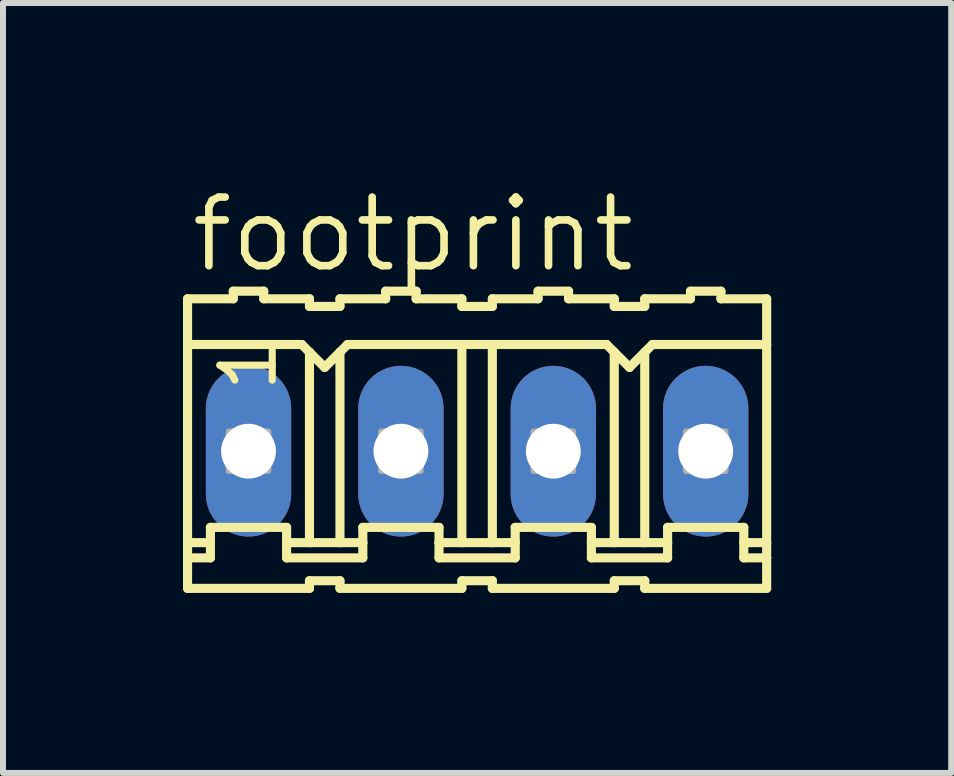
<source format=kicad_pcb>
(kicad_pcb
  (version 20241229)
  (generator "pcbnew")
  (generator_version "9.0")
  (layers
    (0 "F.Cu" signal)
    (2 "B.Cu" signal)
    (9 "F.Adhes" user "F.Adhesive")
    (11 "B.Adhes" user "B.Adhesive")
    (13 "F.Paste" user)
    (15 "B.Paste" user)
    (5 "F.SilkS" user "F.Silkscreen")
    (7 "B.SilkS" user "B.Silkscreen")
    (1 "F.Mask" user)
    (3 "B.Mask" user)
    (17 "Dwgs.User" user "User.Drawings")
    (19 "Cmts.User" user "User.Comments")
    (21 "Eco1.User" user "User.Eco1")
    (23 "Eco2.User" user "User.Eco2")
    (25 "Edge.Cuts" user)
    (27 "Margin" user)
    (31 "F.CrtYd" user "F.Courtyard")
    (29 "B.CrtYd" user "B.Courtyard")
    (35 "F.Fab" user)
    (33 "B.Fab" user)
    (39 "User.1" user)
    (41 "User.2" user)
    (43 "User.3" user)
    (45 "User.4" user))
  (footprint "footprint"
    (layer "F.Cu")
    (at 4.902 4.47)
    (property "Reference" "footprint" (at -4.826 -2.946 0) (layer "F.SilkS") (effects (font (size 1.143 1.143) (thickness 0.127)) (justify left bottom)))
    (fp_line (start -4.826 -2.54) (end -4.826 -1.778) (stroke (width 0.152) (type solid)) (layer "F.SilkS"))
    (fp_line (start -4.826 -2.54) (end -4.064 -2.54) (stroke (width 0.152) (type solid)) (layer "F.SilkS"))
    (fp_line (start -4.826 -1.778) (end -4.826 1.524) (stroke (width 0.152) (type solid)) (layer "F.SilkS"))
    (fp_line (start -4.826 1.524) (end -4.826 1.778) (stroke (width 0.152) (type solid)) (layer "F.SilkS"))
    (fp_line (start -4.826 1.778) (end -4.826 2.286) (stroke (width 0.152) (type solid)) (layer "F.SilkS"))
    (fp_line (start -4.826 1.778) (end -4.445 1.778) (stroke (width 0.152) (type solid)) (layer "F.SilkS"))
    (fp_line (start -4.445 1.27) (end -3.175 1.27) (stroke (width 0.152) (type solid)) (layer "F.SilkS"))
    (fp_line (start -4.445 1.524) (end -4.826 1.524) (stroke (width 0.152) (type solid)) (layer "F.SilkS"))
    (fp_line (start -4.445 1.524) (end -4.445 1.27) (stroke (width 0.152) (type solid)) (layer "F.SilkS"))
    (fp_line (start -4.445 1.778) (end -4.445 1.524) (stroke (width 0.152) (type solid)) (layer "F.SilkS"))
    (fp_line (start -4.064 -2.54) (end -4.064 -2.667) (stroke (width 0.152) (type solid)) (layer "F.SilkS"))
    (fp_line (start -3.556 -2.667) (end -4.064 -2.667) (stroke (width 0.152) (type solid)) (layer "F.SilkS"))
    (fp_line (start -3.556 -2.54) (end -3.556 -2.667) (stroke (width 0.152) (type solid)) (layer "F.SilkS"))
    (fp_line (start -3.175 1.524) (end -3.175 1.27) (stroke (width 0.152) (type solid)) (layer "F.SilkS"))
    (fp_line (start -3.175 1.524) (end -2.794 1.524) (stroke (width 0.152) (type solid)) (layer "F.SilkS"))
    (fp_line (start -3.175 1.778) (end -3.175 1.524) (stroke (width 0.152) (type solid)) (layer "F.SilkS"))
    (fp_line (start -2.921 -1.778) (end -4.826 -1.778) (stroke (width 0.152) (type solid)) (layer "F.SilkS"))
    (fp_line (start -2.921 -1.778) (end -2.794 -1.651) (stroke (width 0.152) (type solid)) (layer "F.SilkS"))
    (fp_line (start -2.794 -2.54) (end -3.556 -2.54) (stroke (width 0.152) (type solid)) (layer "F.SilkS"))
    (fp_line (start -2.794 -2.413) (end -2.794 -2.54) (stroke (width 0.152) (type solid)) (layer "F.SilkS"))
    (fp_line (start -2.794 -2.413) (end -2.286 -2.413) (stroke (width 0.152) (type solid)) (layer "F.SilkS"))
    (fp_line (start -2.794 -1.651) (end -2.794 1.524) (stroke (width 0.152) (type solid)) (layer "F.SilkS"))
    (fp_line (start -2.794 -1.651) (end -2.54 -1.397) (stroke (width 0.152) (type solid)) (layer "F.SilkS"))
    (fp_line (start -2.794 1.524) (end -2.286 1.524) (stroke (width 0.152) (type solid)) (layer "F.SilkS"))
    (fp_line (start -2.794 2.159) (end -2.794 2.286) (stroke (width 0.152) (type solid)) (layer "F.SilkS"))
    (fp_line (start -2.794 2.286) (end -4.826 2.286) (stroke (width 0.152) (type solid)) (layer "F.SilkS"))
    (fp_line (start -2.54 -1.397) (end -2.286 -1.651) (stroke (width 0.152) (type solid)) (layer "F.SilkS"))
    (fp_line (start -2.286 -2.54) (end -1.524 -2.54) (stroke (width 0.152) (type solid)) (layer "F.SilkS"))
    (fp_line (start -2.286 -2.413) (end -2.286 -2.54) (stroke (width 0.152) (type solid)) (layer "F.SilkS"))
    (fp_line (start -2.286 -1.651) (end -2.286 1.524) (stroke (width 0.152) (type solid)) (layer "F.SilkS"))
    (fp_line (start -2.286 -1.651) (end -2.159 -1.778) (stroke (width 0.152) (type solid)) (layer "F.SilkS"))
    (fp_line (start -2.286 1.524) (end -1.905 1.524) (stroke (width 0.152) (type solid)) (layer "F.SilkS"))
    (fp_line (start -2.286 2.159) (end -2.794 2.159) (stroke (width 0.152) (type solid)) (layer "F.SilkS"))
    (fp_line (start -2.286 2.159) (end -2.286 2.286) (stroke (width 0.152) (type solid)) (layer "F.SilkS"))
    (fp_line (start -2.286 2.286) (end -0.254 2.286) (stroke (width 0.152) (type solid)) (layer "F.SilkS"))
    (fp_line (start -2.159 -1.778) (end -0.254 -1.778) (stroke (width 0.152) (type solid)) (layer "F.SilkS"))
    (fp_line (start -1.905 1.27) (end -0.635 1.27) (stroke (width 0.152) (type solid)) (layer "F.SilkS"))
    (fp_line (start -1.905 1.524) (end -1.905 1.27) (stroke (width 0.152) (type solid)) (layer "F.SilkS"))
    (fp_line (start -1.905 1.778) (end -3.175 1.778) (stroke (width 0.152) (type solid)) (layer "F.SilkS"))
    (fp_line (start -1.905 1.778) (end -1.905 1.524) (stroke (width 0.152) (type solid)) (layer "F.SilkS"))
    (fp_line (start -1.524 -2.54) (end -1.524 -2.667) (stroke (width 0.152) (type solid)) (layer "F.SilkS"))
    (fp_line (start -1.016 -2.667) (end -1.524 -2.667) (stroke (width 0.152) (type solid)) (layer "F.SilkS"))
    (fp_line (start -1.016 -2.54) (end -1.016 -2.667) (stroke (width 0.152) (type solid)) (layer "F.SilkS"))
    (fp_line (start -1.016 -2.54) (end -0.254 -2.54) (stroke (width 0.152) (type solid)) (layer "F.SilkS"))
    (fp_line (start -0.635 1.524) (end -0.635 1.27) (stroke (width 0.152) (type solid)) (layer "F.SilkS"))
    (fp_line (start -0.635 1.524) (end -0.254 1.524) (stroke (width 0.152) (type solid)) (layer "F.SilkS"))
    (fp_line (start -0.635 1.778) (end -0.635 1.524) (stroke (width 0.152) (type solid)) (layer "F.SilkS"))
    (fp_line (start -0.635 1.778) (end 0.635 1.778) (stroke (width 0.152) (type solid)) (layer "F.SilkS"))
    (fp_line (start -0.254 -2.413) (end -0.254 -2.54) (stroke (width 0.152) (type solid)) (layer "F.SilkS"))
    (fp_line (start -0.254 -1.778) (end -0.254 1.524) (stroke (width 0.152) (type solid)) (layer "F.SilkS"))
    (fp_line (start -0.254 -1.778) (end 0.254 -1.778) (stroke (width 0.152) (type solid)) (layer "F.SilkS"))
    (fp_line (start -0.254 1.524) (end 0.254 1.524) (stroke (width 0.152) (type solid)) (layer "F.SilkS"))
    (fp_line (start -0.254 2.159) (end -0.254 2.286) (stroke (width 0.152) (type solid)) (layer "F.SilkS"))
    (fp_line (start 0.254 -2.54) (end 1.016 -2.54) (stroke (width 0.152) (type solid)) (layer "F.SilkS"))
    (fp_line (start 0.254 -2.413) (end -0.254 -2.413) (stroke (width 0.152) (type solid)) (layer "F.SilkS"))
    (fp_line (start 0.254 -2.413) (end 0.254 -2.54) (stroke (width 0.152) (type solid)) (layer "F.SilkS"))
    (fp_line (start 0.254 -1.778) (end 0.254 1.524) (stroke (width 0.152) (type solid)) (layer "F.SilkS"))
    (fp_line (start 0.254 -1.778) (end 2.159 -1.778) (stroke (width 0.152) (type solid)) (layer "F.SilkS"))
    (fp_line (start 0.254 1.524) (end 0.635 1.524) (stroke (width 0.152) (type solid)) (layer "F.SilkS"))
    (fp_line (start 0.254 2.159) (end -0.254 2.159) (stroke (width 0.152) (type solid)) (layer "F.SilkS"))
    (fp_line (start 0.254 2.159) (end 0.254 2.286) (stroke (width 0.152) (type solid)) (layer "F.SilkS"))
    (fp_line (start 0.635 1.27) (end 1.905 1.27) (stroke (width 0.152) (type solid)) (layer "F.SilkS"))
    (fp_line (start 0.635 1.524) (end 0.635 1.27) (stroke (width 0.152) (type solid)) (layer "F.SilkS"))
    (fp_line (start 0.635 1.778) (end 0.635 1.524) (stroke (width 0.152) (type solid)) (layer "F.SilkS"))
    (fp_line (start 1.016 -2.54) (end 1.016 -2.667) (stroke (width 0.152) (type solid)) (layer "F.SilkS"))
    (fp_line (start 1.524 -2.667) (end 1.016 -2.667) (stroke (width 0.152) (type solid)) (layer "F.SilkS"))
    (fp_line (start 1.524 -2.54) (end 1.524 -2.667) (stroke (width 0.152) (type solid)) (layer "F.SilkS"))
    (fp_line (start 1.524 -2.54) (end 2.286 -2.54) (stroke (width 0.152) (type solid)) (layer "F.SilkS"))
    (fp_line (start 1.905 1.524) (end 1.905 1.27) (stroke (width 0.152) (type solid)) (layer "F.SilkS"))
    (fp_line (start 1.905 1.524) (end 2.286 1.524) (stroke (width 0.152) (type solid)) (layer "F.SilkS"))
    (fp_line (start 1.905 1.778) (end 1.905 1.524) (stroke (width 0.152) (type solid)) (layer "F.SilkS"))
    (fp_line (start 1.905 1.778) (end 3.175 1.778) (stroke (width 0.152) (type solid)) (layer "F.SilkS"))
    (fp_line (start 2.159 -1.778) (end 2.286 -1.651) (stroke (width 0.152) (type solid)) (layer "F.SilkS"))
    (fp_line (start 2.286 -2.413) (end 2.286 -2.54) (stroke (width 0.152) (type solid)) (layer "F.SilkS"))
    (fp_line (start 2.286 -1.651) (end 2.286 1.524) (stroke (width 0.152) (type solid)) (layer "F.SilkS"))
    (fp_line (start 2.286 -1.651) (end 2.54 -1.397) (stroke (width 0.152) (type solid)) (layer "F.SilkS"))
    (fp_line (start 2.286 1.524) (end 2.794 1.524) (stroke (width 0.152) (type solid)) (layer "F.SilkS"))
    (fp_line (start 2.286 2.159) (end 2.286 2.286) (stroke (width 0.152) (type solid)) (layer "F.SilkS"))
    (fp_line (start 2.286 2.286) (end 0.254 2.286) (stroke (width 0.152) (type solid)) (layer "F.SilkS"))
    (fp_line (start 2.54 -1.397) (end 2.921 -1.778) (stroke (width 0.152) (type solid)) (layer "F.SilkS"))
    (fp_line (start 2.794 -2.54) (end 3.556 -2.54) (stroke (width 0.152) (type solid)) (layer "F.SilkS"))
    (fp_line (start 2.794 -2.413) (end 2.286 -2.413) (stroke (width 0.152) (type solid)) (layer "F.SilkS"))
    (fp_line (start 2.794 -2.413) (end 2.794 -2.54) (stroke (width 0.152) (type solid)) (layer "F.SilkS"))
    (fp_line (start 2.794 -1.651) (end 2.794 1.524) (stroke (width 0.152) (type solid)) (layer "F.SilkS"))
    (fp_line (start 2.794 1.524) (end 3.175 1.524) (stroke (width 0.152) (type solid)) (layer "F.SilkS"))
    (fp_line (start 2.794 2.159) (end 2.286 2.159) (stroke (width 0.152) (type solid)) (layer "F.SilkS"))
    (fp_line (start 2.794 2.159) (end 2.794 2.286) (stroke (width 0.152) (type solid)) (layer "F.SilkS"))
    (fp_line (start 2.921 -1.778) (end 4.826 -1.778) (stroke (width 0.152) (type solid)) (layer "F.SilkS"))
    (fp_line (start 3.175 1.27) (end 4.445 1.27) (stroke (width 0.152) (type solid)) (layer "F.SilkS"))
    (fp_line (start 3.175 1.524) (end 3.175 1.27) (stroke (width 0.152) (type solid)) (layer "F.SilkS"))
    (fp_line (start 3.175 1.778) (end 3.175 1.524) (stroke (width 0.152) (type solid)) (layer "F.SilkS"))
    (fp_line (start 3.556 -2.54) (end 3.556 -2.667) (stroke (width 0.152) (type solid)) (layer "F.SilkS"))
    (fp_line (start 4.064 -2.667) (end 3.556 -2.667) (stroke (width 0.152) (type solid)) (layer "F.SilkS"))
    (fp_line (start 4.064 -2.54) (end 4.064 -2.667) (stroke (width 0.152) (type solid)) (layer "F.SilkS"))
    (fp_line (start 4.064 -2.54) (end 4.826 -2.54) (stroke (width 0.152) (type solid)) (layer "F.SilkS"))
    (fp_line (start 4.445 1.524) (end 4.445 1.27) (stroke (width 0.152) (type solid)) (layer "F.SilkS"))
    (fp_line (start 4.445 1.524) (end 4.826 1.524) (stroke (width 0.152) (type solid)) (layer "F.SilkS"))
    (fp_line (start 4.445 1.778) (end 4.445 1.524) (stroke (width 0.152) (type solid)) (layer "F.SilkS"))
    (fp_line (start 4.826 -2.54) (end 4.826 -1.778) (stroke (width 0.152) (type solid)) (layer "F.SilkS"))
    (fp_line (start 4.826 -1.778) (end 4.826 1.524) (stroke (width 0.152) (type solid)) (layer "F.SilkS"))
    (fp_line (start 4.826 1.778) (end 4.445 1.778) (stroke (width 0.152) (type solid)) (layer "F.SilkS"))
    (fp_line (start 4.826 1.778) (end 4.826 1.524) (stroke (width 0.152) (type solid)) (layer "F.SilkS"))
    (fp_line (start 4.826 1.778) (end 4.826 2.286) (stroke (width 0.152) (type solid)) (layer "F.SilkS"))
    (fp_line (start 4.826 2.286) (end 2.794 2.286) (stroke (width 0.152) (type solid)) (layer "F.SilkS"))
    (fp_poly (pts (xy -4.14 0.33) (xy -3.48 0.33) (xy -3.48 -0.33) (xy -4.14 -0.33)) (stroke (width 0.1) (type solid)) (fill no) (layer "F.Fab"))
    (fp_poly (pts (xy -1.6 0.33) (xy -0.94 0.33) (xy -0.94 -0.33) (xy -1.6 -0.33)) (stroke (width 0.1) (type solid)) (fill no) (layer "F.Fab"))
    (fp_poly (pts (xy 0.94 0.33) (xy 1.6 0.33) (xy 1.6 -0.33) (xy 0.94 -0.33)) (stroke (width 0.1) (type solid)) (fill no) (layer "F.Fab"))
    (fp_poly (pts (xy 3.48 0.33) (xy 4.14 0.33) (xy 4.14 -0.33) (xy 3.48 -0.33)) (stroke (width 0.1) (type solid)) (fill no) (layer "F.Fab"))
    (fp_text user "1" (at -3.302 -0.94 90) (layer "F.SilkS") (effects (font (size 0.872 0.872) (thickness 0.119)) (justify left bottom)))
    (pad "1" thru_hole oval (at -3.81 0 90) (size 2.845 1.422) (drill 0.914) (layers "*.Cu" "*.Mask"))
    (pad "2" thru_hole oval (at -1.27 0 90) (size 2.845 1.422) (drill 0.914) (layers "*.Cu" "*.Mask"))
    (pad "3" thru_hole oval (at 1.27 0 90) (size 2.845 1.422) (drill 0.914) (layers "*.Cu" "*.Mask"))
    (pad "4" thru_hole oval (at 3.81 0 90) (size 2.845 1.422) (drill 0.914) (layers "*.Cu" "*.Mask")))
  (gr_rect
    (start -3 -3)
    (end 12.804 9.833)
    (stroke (width 0.1) (type default))
    (fill no)
    (layer "Edge.Cuts")))
</source>
